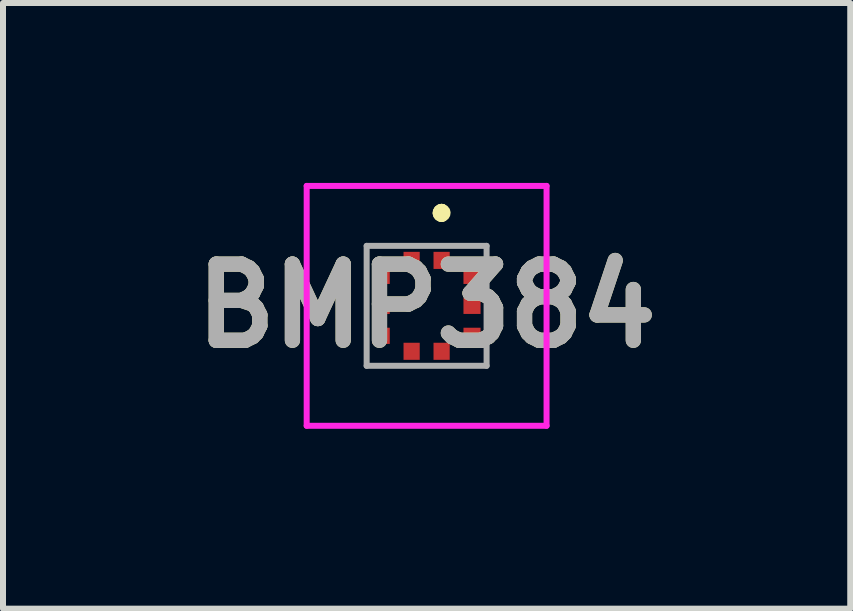
<source format=kicad_pcb>
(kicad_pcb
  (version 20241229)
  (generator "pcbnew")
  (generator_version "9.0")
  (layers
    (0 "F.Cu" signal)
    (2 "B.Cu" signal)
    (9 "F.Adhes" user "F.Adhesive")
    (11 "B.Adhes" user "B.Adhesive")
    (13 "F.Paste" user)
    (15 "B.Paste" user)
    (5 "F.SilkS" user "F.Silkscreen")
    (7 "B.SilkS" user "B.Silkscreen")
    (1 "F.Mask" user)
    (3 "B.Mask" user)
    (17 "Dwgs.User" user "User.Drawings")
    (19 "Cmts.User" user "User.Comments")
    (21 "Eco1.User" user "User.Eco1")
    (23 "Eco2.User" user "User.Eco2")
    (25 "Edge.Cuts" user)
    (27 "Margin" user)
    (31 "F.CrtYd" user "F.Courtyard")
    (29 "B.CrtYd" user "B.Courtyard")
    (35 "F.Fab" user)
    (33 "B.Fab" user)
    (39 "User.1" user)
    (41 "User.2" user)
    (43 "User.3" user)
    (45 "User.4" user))
  (footprint "BMP384"
    (layer "F.Cu")
    (at 4.064 2.05)
    (property "Reference" "BMP384" (at 0 0 0) (layer "F.SilkS") (effects (font (size 1.27 1.27) (thickness 0.254))))
    (attr smd)
    (fp_line (start 0.25 -1.6) (end 0.25 -1.6) (stroke (width 0.2) (type solid)) (layer "F.SilkS"))
    (fp_line (start 0.25 -1.6) (end 0.25 -1.6) (stroke (width 0.2) (type solid)) (layer "F.SilkS"))
    (fp_line (start 0.25 -1.5) (end 0.25 -1.5) (stroke (width 0.2) (type solid)) (layer "F.SilkS"))
    (fp_arc (start 0.25 -1.6) (mid 0.3 -1.55) (end 0.25 -1.5) (stroke (width 0.2) (type solid)) (layer "F.SilkS"))
    (fp_arc (start 0.25 -1.5) (mid 0.2 -1.55) (end 0.25 -1.6) (stroke (width 0.2) (type solid)) (layer "F.SilkS"))
    (fp_arc (start 0.25 -1.5) (mid 0.2 -1.55) (end 0.25 -1.6) (stroke (width 0.2) (type solid)) (layer "F.SilkS"))
    (fp_line (start -2 -2) (end 2 -2) (stroke (width 0.1) (type solid)) (layer "F.CrtYd"))
    (fp_line (start -2 2) (end -2 -2) (stroke (width 0.1) (type solid)) (layer "F.CrtYd"))
    (fp_line (start 2 -2) (end 2 2) (stroke (width 0.1) (type solid)) (layer "F.CrtYd"))
    (fp_line (start 2 2) (end -2 2) (stroke (width 0.1) (type solid)) (layer "F.CrtYd"))
    (fp_line (start -1 -1) (end -1 1) (stroke (width 0.1) (type solid)) (layer "F.Fab"))
    (fp_line (start -1 1) (end 1 1) (stroke (width 0.1) (type solid)) (layer "F.Fab"))
    (fp_line (start 1 -1) (end -1 -1) (stroke (width 0.1) (type solid)) (layer "F.Fab"))
    (fp_line (start 1 1) (end 1 -1) (stroke (width 0.1) (type solid)) (layer "F.Fab"))
    (fp_text user "${REFERENCE}" (at 0 0 0) (layer "F.Fab") (effects (font (size 1.27 1.27) (thickness 0.254))))
    (pad "1" smd rect (at 0.25 -0.758) (size 0.27 0.285) (layers "F.Cu" "F.Mask" "F.Paste"))
    (pad "2" smd rect (at -0.25 -0.758) (size 0.27 0.285) (layers "F.Cu" "F.Mask" "F.Paste"))
    (pad "3" smd rect (at -0.757 -0.5 90) (size 0.27 0.285) (layers "F.Cu" "F.Mask" "F.Paste"))
    (pad "4" smd rect (at -0.757 0 90) (size 0.27 0.285) (layers "F.Cu" "F.Mask" "F.Paste"))
    (pad "5" smd rect (at -0.757 0.5 90) (size 0.27 0.285) (layers "F.Cu" "F.Mask" "F.Paste"))
    (pad "6" smd rect (at -0.25 0.758) (size 0.27 0.285) (layers "F.Cu" "F.Mask" "F.Paste"))
    (pad "7" smd rect (at 0.25 0.758) (size 0.27 0.285) (layers "F.Cu" "F.Mask" "F.Paste"))
    (pad "8" smd rect (at 0.757 0.5 90) (size 0.27 0.285) (layers "F.Cu" "F.Mask" "F.Paste"))
    (pad "9" smd rect (at 0.757 0 90) (size 0.27 0.285) (layers "F.Cu" "F.Mask" "F.Paste"))
    (pad "10" smd rect (at 0.757 -0.5 90) (size 0.27 0.285) (layers "F.Cu" "F.Mask" "F.Paste")))
  (gr_rect
    (start -3 -3)
    (end 11.128 7.1)
    (stroke (width 0.1) (type default))
    (fill no)
    (layer "Edge.Cuts")))
</source>
